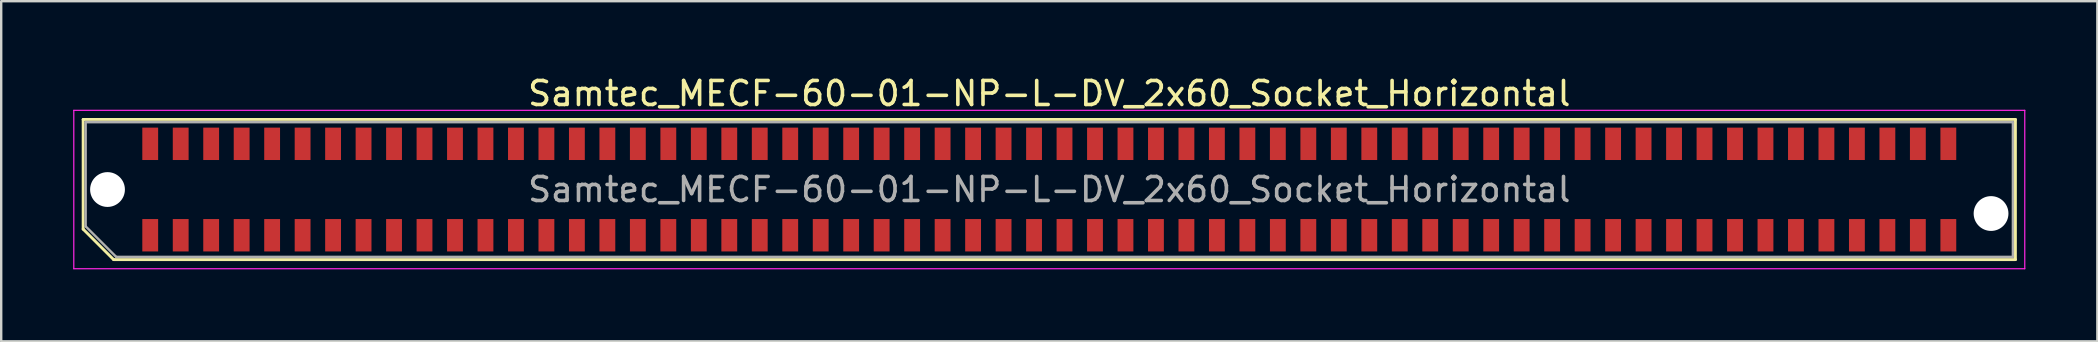
<source format=kicad_pcb>
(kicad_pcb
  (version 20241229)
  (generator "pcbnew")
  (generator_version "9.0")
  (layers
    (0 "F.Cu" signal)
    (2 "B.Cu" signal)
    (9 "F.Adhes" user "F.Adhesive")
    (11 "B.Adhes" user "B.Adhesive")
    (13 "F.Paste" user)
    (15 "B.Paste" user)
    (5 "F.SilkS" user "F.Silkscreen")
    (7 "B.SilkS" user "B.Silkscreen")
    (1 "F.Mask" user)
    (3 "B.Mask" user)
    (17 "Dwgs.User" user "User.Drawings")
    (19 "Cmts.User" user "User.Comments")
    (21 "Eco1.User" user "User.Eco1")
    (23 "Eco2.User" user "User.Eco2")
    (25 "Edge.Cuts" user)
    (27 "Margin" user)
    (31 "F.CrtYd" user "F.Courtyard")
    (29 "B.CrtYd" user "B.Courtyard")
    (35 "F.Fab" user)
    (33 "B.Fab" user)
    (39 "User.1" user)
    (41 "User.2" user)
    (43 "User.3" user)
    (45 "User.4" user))
  (footprint "Samtec_MECF-60-01-NP-L-DV_2x60_Socket_Horizontal"
    (layer "F.Cu")
    (at 40.675 4.848)
    (property "Reference" "Samtec_MECF-60-01-NP-L-DV_2x60_Socket_Horizontal" (at 0 -4 0) (layer "F.SilkS") (effects (font (size 1 1) (thickness 0.15))))
    (attr smd)
    (fp_line (start -40.26 -2.92) (end 40.26 -2.92) (stroke (width 0.12) (type solid)) (layer "F.SilkS"))
    (fp_line (start -40.26 1.65) (end -40.26 -2.92) (stroke (width 0.12) (type solid)) (layer "F.SilkS"))
    (fp_line (start -38.99 2.92) (end -40.26 1.65) (stroke (width 0.12) (type solid)) (layer "F.SilkS"))
    (fp_line (start -38.99 2.92) (end 40.26 2.92) (stroke (width 0.12) (type solid)) (layer "F.SilkS"))
    (fp_line (start 40.26 2.92) (end 40.26 -2.92) (stroke (width 0.12) (type solid)) (layer "F.SilkS"))
    (fp_line (start -40.65 -3.3) (end -40.65 3.3) (stroke (width 0.05) (type solid)) (layer "F.CrtYd"))
    (fp_line (start -40.65 3.3) (end 40.65 3.3) (stroke (width 0.05) (type solid)) (layer "F.CrtYd"))
    (fp_line (start 40.65 -3.3) (end -40.65 -3.3) (stroke (width 0.05) (type solid)) (layer "F.CrtYd"))
    (fp_line (start 40.65 3.3) (end 40.65 -3.3) (stroke (width 0.05) (type solid)) (layer "F.CrtYd"))
    (fp_line (start -40.155 -2.805) (end 40.155 -2.805) (stroke (width 0.1) (type solid)) (layer "F.Fab"))
    (fp_line (start -40.155 1.535) (end -40.155 -2.805) (stroke (width 0.1) (type solid)) (layer "F.Fab"))
    (fp_line (start -40.155 1.535) (end -38.885 2.805) (stroke (width 0.1) (type solid)) (layer "F.Fab"))
    (fp_line (start -38.885 2.805) (end 40.155 2.805) (stroke (width 0.1) (type solid)) (layer "F.Fab"))
    (fp_line (start 40.155 2.805) (end 40.155 -2.805) (stroke (width 0.1) (type solid)) (layer "F.Fab"))
    (fp_text user "${REFERENCE}" (at 0 0 0) (layer "F.Fab") (effects (font (size 1 1) (thickness 0.15))))
    (pad "" np_thru_hole circle (at -39.245 0) (size 1.45 1.45) (drill 1.45) (layers "*.Cu" "*.Mask"))
    (pad "" np_thru_hole circle (at 39.245 1) (size 1.45 1.45) (drill 1.45) (layers "*.Cu" "*.Mask"))
    (pad "1" smd rect (at -37.465 1.905) (size 0.66 1.35) (layers "F.Cu" "F.Mask" "F.Paste"))
    (pad "2" smd rect (at -37.465 -1.905) (size 0.66 1.35) (layers "F.Cu" "F.Mask" "F.Paste"))
    (pad "3" smd rect (at -36.195 1.905) (size 0.66 1.35) (layers "F.Cu" "F.Mask" "F.Paste"))
    (pad "4" smd rect (at -36.195 -1.905) (size 0.66 1.35) (layers "F.Cu" "F.Mask" "F.Paste"))
    (pad "5" smd rect (at -34.925 1.905) (size 0.66 1.35) (layers "F.Cu" "F.Mask" "F.Paste"))
    (pad "6" smd rect (at -34.925 -1.905) (size 0.66 1.35) (layers "F.Cu" "F.Mask" "F.Paste"))
    (pad "7" smd rect (at -33.655 1.905) (size 0.66 1.35) (layers "F.Cu" "F.Mask" "F.Paste"))
    (pad "8" smd rect (at -33.655 -1.905) (size 0.66 1.35) (layers "F.Cu" "F.Mask" "F.Paste"))
    (pad "9" smd rect (at -32.385 1.905) (size 0.66 1.35) (layers "F.Cu" "F.Mask" "F.Paste"))
    (pad "10" smd rect (at -32.385 -1.905) (size 0.66 1.35) (layers "F.Cu" "F.Mask" "F.Paste"))
    (pad "11" smd rect (at -31.115 1.905) (size 0.66 1.35) (layers "F.Cu" "F.Mask" "F.Paste"))
    (pad "12" smd rect (at -31.115 -1.905) (size 0.66 1.35) (layers "F.Cu" "F.Mask" "F.Paste"))
    (pad "13" smd rect (at -29.845 1.905) (size 0.66 1.35) (layers "F.Cu" "F.Mask" "F.Paste"))
    (pad "14" smd rect (at -29.845 -1.905) (size 0.66 1.35) (layers "F.Cu" "F.Mask" "F.Paste"))
    (pad "15" smd rect (at -28.575 1.905) (size 0.66 1.35) (layers "F.Cu" "F.Mask" "F.Paste"))
    (pad "16" smd rect (at -28.575 -1.905) (size 0.66 1.35) (layers "F.Cu" "F.Mask" "F.Paste"))
    (pad "17" smd rect (at -27.305 1.905) (size 0.66 1.35) (layers "F.Cu" "F.Mask" "F.Paste"))
    (pad "18" smd rect (at -27.305 -1.905) (size 0.66 1.35) (layers "F.Cu" "F.Mask" "F.Paste"))
    (pad "19" smd rect (at -26.035 1.905) (size 0.66 1.35) (layers "F.Cu" "F.Mask" "F.Paste"))
    (pad "20" smd rect (at -26.035 -1.905) (size 0.66 1.35) (layers "F.Cu" "F.Mask" "F.Paste"))
    (pad "21" smd rect (at -24.765 1.905) (size 0.66 1.35) (layers "F.Cu" "F.Mask" "F.Paste"))
    (pad "22" smd rect (at -24.765 -1.905) (size 0.66 1.35) (layers "F.Cu" "F.Mask" "F.Paste"))
    (pad "23" smd rect (at -23.495 1.905) (size 0.66 1.35) (layers "F.Cu" "F.Mask" "F.Paste"))
    (pad "24" smd rect (at -23.495 -1.905) (size 0.66 1.35) (layers "F.Cu" "F.Mask" "F.Paste"))
    (pad "25" smd rect (at -22.225 1.905) (size 0.66 1.35) (layers "F.Cu" "F.Mask" "F.Paste"))
    (pad "26" smd rect (at -22.225 -1.905) (size 0.66 1.35) (layers "F.Cu" "F.Mask" "F.Paste"))
    (pad "27" smd rect (at -20.955 1.905) (size 0.66 1.35) (layers "F.Cu" "F.Mask" "F.Paste"))
    (pad "28" smd rect (at -20.955 -1.905) (size 0.66 1.35) (layers "F.Cu" "F.Mask" "F.Paste"))
    (pad "29" smd rect (at -19.685 1.905) (size 0.66 1.35) (layers "F.Cu" "F.Mask" "F.Paste"))
    (pad "30" smd rect (at -19.685 -1.905) (size 0.66 1.35) (layers "F.Cu" "F.Mask" "F.Paste"))
    (pad "31" smd rect (at -18.415 1.905) (size 0.66 1.35) (layers "F.Cu" "F.Mask" "F.Paste"))
    (pad "32" smd rect (at -18.415 -1.905) (size 0.66 1.35) (layers "F.Cu" "F.Mask" "F.Paste"))
    (pad "33" smd rect (at -17.145 1.905) (size 0.66 1.35) (layers "F.Cu" "F.Mask" "F.Paste"))
    (pad "34" smd rect (at -17.145 -1.905) (size 0.66 1.35) (layers "F.Cu" "F.Mask" "F.Paste"))
    (pad "35" smd rect (at -15.875 1.905) (size 0.66 1.35) (layers "F.Cu" "F.Mask" "F.Paste"))
    (pad "36" smd rect (at -15.875 -1.905) (size 0.66 1.35) (layers "F.Cu" "F.Mask" "F.Paste"))
    (pad "37" smd rect (at -14.605 1.905) (size 0.66 1.35) (layers "F.Cu" "F.Mask" "F.Paste"))
    (pad "38" smd rect (at -14.605 -1.905) (size 0.66 1.35) (layers "F.Cu" "F.Mask" "F.Paste"))
    (pad "39" smd rect (at -13.335 1.905) (size 0.66 1.35) (layers "F.Cu" "F.Mask" "F.Paste"))
    (pad "40" smd rect (at -13.335 -1.905) (size 0.66 1.35) (layers "F.Cu" "F.Mask" "F.Paste"))
    (pad "41" smd rect (at -12.065 1.905) (size 0.66 1.35) (layers "F.Cu" "F.Mask" "F.Paste"))
    (pad "42" smd rect (at -12.065 -1.905) (size 0.66 1.35) (layers "F.Cu" "F.Mask" "F.Paste"))
    (pad "43" smd rect (at -10.795 1.905) (size 0.66 1.35) (layers "F.Cu" "F.Mask" "F.Paste"))
    (pad "44" smd rect (at -10.795 -1.905) (size 0.66 1.35) (layers "F.Cu" "F.Mask" "F.Paste"))
    (pad "45" smd rect (at -9.525 1.905) (size 0.66 1.35) (layers "F.Cu" "F.Mask" "F.Paste"))
    (pad "46" smd rect (at -9.525 -1.905) (size 0.66 1.35) (layers "F.Cu" "F.Mask" "F.Paste"))
    (pad "47" smd rect (at -8.255 1.905) (size 0.66 1.35) (layers "F.Cu" "F.Mask" "F.Paste"))
    (pad "48" smd rect (at -8.255 -1.905) (size 0.66 1.35) (layers "F.Cu" "F.Mask" "F.Paste"))
    (pad "49" smd rect (at -6.985 1.905) (size 0.66 1.35) (layers "F.Cu" "F.Mask" "F.Paste"))
    (pad "50" smd rect (at -6.985 -1.905) (size 0.66 1.35) (layers "F.Cu" "F.Mask" "F.Paste"))
    (pad "51" smd rect (at -5.715 1.905) (size 0.66 1.35) (layers "F.Cu" "F.Mask" "F.Paste"))
    (pad "52" smd rect (at -5.715 -1.905) (size 0.66 1.35) (layers "F.Cu" "F.Mask" "F.Paste"))
    (pad "53" smd rect (at -4.445 1.905) (size 0.66 1.35) (layers "F.Cu" "F.Mask" "F.Paste"))
    (pad "54" smd rect (at -4.445 -1.905) (size 0.66 1.35) (layers "F.Cu" "F.Mask" "F.Paste"))
    (pad "55" smd rect (at -3.175 1.905) (size 0.66 1.35) (layers "F.Cu" "F.Mask" "F.Paste"))
    (pad "56" smd rect (at -3.175 -1.905) (size 0.66 1.35) (layers "F.Cu" "F.Mask" "F.Paste"))
    (pad "57" smd rect (at -1.905 1.905) (size 0.66 1.35) (layers "F.Cu" "F.Mask" "F.Paste"))
    (pad "58" smd rect (at -1.905 -1.905) (size 0.66 1.35) (layers "F.Cu" "F.Mask" "F.Paste"))
    (pad "59" smd rect (at -0.635 1.905) (size 0.66 1.35) (layers "F.Cu" "F.Mask" "F.Paste"))
    (pad "60" smd rect (at -0.635 -1.905) (size 0.66 1.35) (layers "F.Cu" "F.Mask" "F.Paste"))
    (pad "61" smd rect (at 0.635 1.905) (size 0.66 1.35) (layers "F.Cu" "F.Mask" "F.Paste"))
    (pad "62" smd rect (at 0.635 -1.905) (size 0.66 1.35) (layers "F.Cu" "F.Mask" "F.Paste"))
    (pad "63" smd rect (at 1.905 1.905) (size 0.66 1.35) (layers "F.Cu" "F.Mask" "F.Paste"))
    (pad "64" smd rect (at 1.905 -1.905) (size 0.66 1.35) (layers "F.Cu" "F.Mask" "F.Paste"))
    (pad "65" smd rect (at 3.175 1.905) (size 0.66 1.35) (layers "F.Cu" "F.Mask" "F.Paste"))
    (pad "66" smd rect (at 3.175 -1.905) (size 0.66 1.35) (layers "F.Cu" "F.Mask" "F.Paste"))
    (pad "67" smd rect (at 4.445 1.905) (size 0.66 1.35) (layers "F.Cu" "F.Mask" "F.Paste"))
    (pad "68" smd rect (at 4.445 -1.905) (size 0.66 1.35) (layers "F.Cu" "F.Mask" "F.Paste"))
    (pad "69" smd rect (at 5.715 1.905) (size 0.66 1.35) (layers "F.Cu" "F.Mask" "F.Paste"))
    (pad "70" smd rect (at 5.715 -1.905) (size 0.66 1.35) (layers "F.Cu" "F.Mask" "F.Paste"))
    (pad "71" smd rect (at 6.985 1.905) (size 0.66 1.35) (layers "F.Cu" "F.Mask" "F.Paste"))
    (pad "72" smd rect (at 6.985 -1.905) (size 0.66 1.35) (layers "F.Cu" "F.Mask" "F.Paste"))
    (pad "73" smd rect (at 8.255 1.905) (size 0.66 1.35) (layers "F.Cu" "F.Mask" "F.Paste"))
    (pad "74" smd rect (at 8.255 -1.905) (size 0.66 1.35) (layers "F.Cu" "F.Mask" "F.Paste"))
    (pad "75" smd rect (at 9.525 1.905) (size 0.66 1.35) (layers "F.Cu" "F.Mask" "F.Paste"))
    (pad "76" smd rect (at 9.525 -1.905) (size 0.66 1.35) (layers "F.Cu" "F.Mask" "F.Paste"))
    (pad "77" smd rect (at 10.795 1.905) (size 0.66 1.35) (layers "F.Cu" "F.Mask" "F.Paste"))
    (pad "78" smd rect (at 10.795 -1.905) (size 0.66 1.35) (layers "F.Cu" "F.Mask" "F.Paste"))
    (pad "79" smd rect (at 12.065 1.905) (size 0.66 1.35) (layers "F.Cu" "F.Mask" "F.Paste"))
    (pad "80" smd rect (at 12.065 -1.905) (size 0.66 1.35) (layers "F.Cu" "F.Mask" "F.Paste"))
    (pad "81" smd rect (at 13.335 1.905) (size 0.66 1.35) (layers "F.Cu" "F.Mask" "F.Paste"))
    (pad "82" smd rect (at 13.335 -1.905) (size 0.66 1.35) (layers "F.Cu" "F.Mask" "F.Paste"))
    (pad "83" smd rect (at 14.605 1.905) (size 0.66 1.35) (layers "F.Cu" "F.Mask" "F.Paste"))
    (pad "84" smd rect (at 14.605 -1.905) (size 0.66 1.35) (layers "F.Cu" "F.Mask" "F.Paste"))
    (pad "85" smd rect (at 15.875 1.905) (size 0.66 1.35) (layers "F.Cu" "F.Mask" "F.Paste"))
    (pad "86" smd rect (at 15.875 -1.905) (size 0.66 1.35) (layers "F.Cu" "F.Mask" "F.Paste"))
    (pad "87" smd rect (at 17.145 1.905) (size 0.66 1.35) (layers "F.Cu" "F.Mask" "F.Paste"))
    (pad "88" smd rect (at 17.145 -1.905) (size 0.66 1.35) (layers "F.Cu" "F.Mask" "F.Paste"))
    (pad "89" smd rect (at 18.415 1.905) (size 0.66 1.35) (layers "F.Cu" "F.Mask" "F.Paste"))
    (pad "90" smd rect (at 18.415 -1.905) (size 0.66 1.35) (layers "F.Cu" "F.Mask" "F.Paste"))
    (pad "91" smd rect (at 19.685 1.905) (size 0.66 1.35) (layers "F.Cu" "F.Mask" "F.Paste"))
    (pad "92" smd rect (at 19.685 -1.905) (size 0.66 1.35) (layers "F.Cu" "F.Mask" "F.Paste"))
    (pad "93" smd rect (at 20.955 1.905) (size 0.66 1.35) (layers "F.Cu" "F.Mask" "F.Paste"))
    (pad "94" smd rect (at 20.955 -1.905) (size 0.66 1.35) (layers "F.Cu" "F.Mask" "F.Paste"))
    (pad "95" smd rect (at 22.225 1.905) (size 0.66 1.35) (layers "F.Cu" "F.Mask" "F.Paste"))
    (pad "96" smd rect (at 22.225 -1.905) (size 0.66 1.35) (layers "F.Cu" "F.Mask" "F.Paste"))
    (pad "97" smd rect (at 23.495 1.905) (size 0.66 1.35) (layers "F.Cu" "F.Mask" "F.Paste"))
    (pad "98" smd rect (at 23.495 -1.905) (size 0.66 1.35) (layers "F.Cu" "F.Mask" "F.Paste"))
    (pad "99" smd rect (at 24.765 1.905) (size 0.66 1.35) (layers "F.Cu" "F.Mask" "F.Paste"))
    (pad "100" smd rect (at 24.765 -1.905) (size 0.66 1.35) (layers "F.Cu" "F.Mask" "F.Paste"))
    (pad "101" smd rect (at 26.035 1.905) (size 0.66 1.35) (layers "F.Cu" "F.Mask" "F.Paste"))
    (pad "102" smd rect (at 26.035 -1.905) (size 0.66 1.35) (layers "F.Cu" "F.Mask" "F.Paste"))
    (pad "103" smd rect (at 27.305 1.905) (size 0.66 1.35) (layers "F.Cu" "F.Mask" "F.Paste"))
    (pad "104" smd rect (at 27.305 -1.905) (size 0.66 1.35) (layers "F.Cu" "F.Mask" "F.Paste"))
    (pad "105" smd rect (at 28.575 1.905) (size 0.66 1.35) (layers "F.Cu" "F.Mask" "F.Paste"))
    (pad "106" smd rect (at 28.575 -1.905) (size 0.66 1.35) (layers "F.Cu" "F.Mask" "F.Paste"))
    (pad "107" smd rect (at 29.845 1.905) (size 0.66 1.35) (layers "F.Cu" "F.Mask" "F.Paste"))
    (pad "108" smd rect (at 29.845 -1.905) (size 0.66 1.35) (layers "F.Cu" "F.Mask" "F.Paste"))
    (pad "109" smd rect (at 31.115 1.905) (size 0.66 1.35) (layers "F.Cu" "F.Mask" "F.Paste"))
    (pad "110" smd rect (at 31.115 -1.905) (size 0.66 1.35) (layers "F.Cu" "F.Mask" "F.Paste"))
    (pad "111" smd rect (at 32.385 1.905) (size 0.66 1.35) (layers "F.Cu" "F.Mask" "F.Paste"))
    (pad "112" smd rect (at 32.385 -1.905) (size 0.66 1.35) (layers "F.Cu" "F.Mask" "F.Paste"))
    (pad "113" smd rect (at 33.655 1.905) (size 0.66 1.35) (layers "F.Cu" "F.Mask" "F.Paste"))
    (pad "114" smd rect (at 33.655 -1.905) (size 0.66 1.35) (layers "F.Cu" "F.Mask" "F.Paste"))
    (pad "115" smd rect (at 34.925 1.905) (size 0.66 1.35) (layers "F.Cu" "F.Mask" "F.Paste"))
    (pad "116" smd rect (at 34.925 -1.905) (size 0.66 1.35) (layers "F.Cu" "F.Mask" "F.Paste"))
    (pad "117" smd rect (at 36.195 1.905) (size 0.66 1.35) (layers "F.Cu" "F.Mask" "F.Paste"))
    (pad "118" smd rect (at 36.195 -1.905) (size 0.66 1.35) (layers "F.Cu" "F.Mask" "F.Paste"))
    (pad "119" smd rect (at 37.465 1.905) (size 0.66 1.35) (layers "F.Cu" "F.Mask" "F.Paste"))
    (pad "120" smd rect (at 37.465 -1.905) (size 0.66 1.35) (layers "F.Cu" "F.Mask" "F.Paste")))
  (gr_rect
    (start -3 -3)
    (end 84.35 11.173)
    (stroke (width 0.1) (type default))
    (fill no)
    (layer "Edge.Cuts")))
</source>
